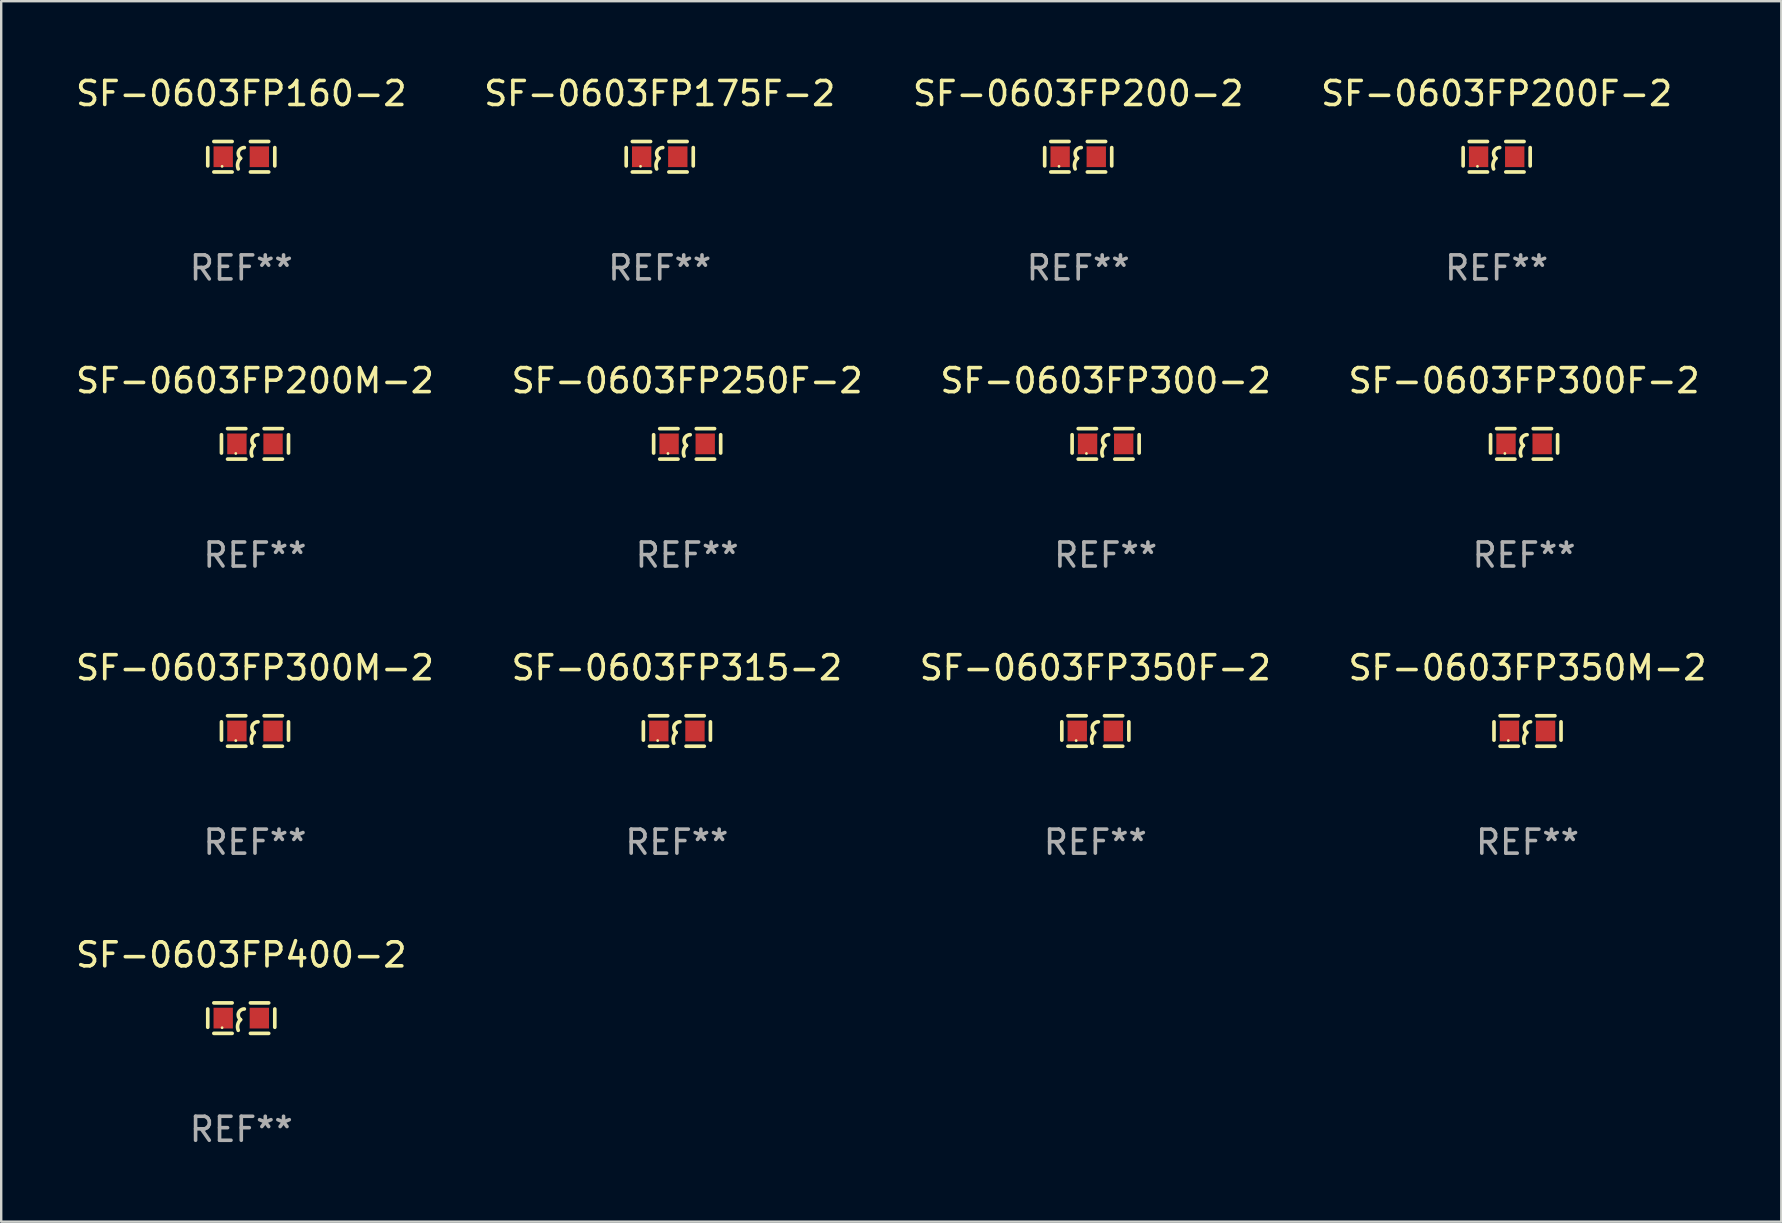
<source format=kicad_pcb>
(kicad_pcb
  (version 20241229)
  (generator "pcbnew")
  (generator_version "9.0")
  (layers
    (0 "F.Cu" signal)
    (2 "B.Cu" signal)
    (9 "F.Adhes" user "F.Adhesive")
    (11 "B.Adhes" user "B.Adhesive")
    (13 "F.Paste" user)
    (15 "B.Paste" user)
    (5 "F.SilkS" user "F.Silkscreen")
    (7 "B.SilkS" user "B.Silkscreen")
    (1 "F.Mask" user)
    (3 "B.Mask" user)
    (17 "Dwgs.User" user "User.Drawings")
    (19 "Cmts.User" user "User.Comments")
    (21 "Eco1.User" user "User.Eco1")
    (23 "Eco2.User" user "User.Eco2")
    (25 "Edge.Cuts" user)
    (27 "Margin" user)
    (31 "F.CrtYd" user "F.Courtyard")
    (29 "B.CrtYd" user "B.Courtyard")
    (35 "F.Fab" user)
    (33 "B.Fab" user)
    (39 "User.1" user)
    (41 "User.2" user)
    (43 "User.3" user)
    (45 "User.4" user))
  (footprint "SF-0603FP300F-2"
    (layer "F.Cu")
    (at 60.47 15.45)
    (property "Reference" "SF-0603FP300F-2" (at 0 -2.635 0) (layer "F.SilkS") (effects (font (size 1 1) (thickness 0.15))))
    (attr through_hole)
    (fp_line (start -1.397 -0.381) (end -1.397 0.381) (stroke (width 0.152) (type solid)) (layer "F.SilkS"))
    (fp_line (start -0.381 -0.635) (end -1.143 -0.635) (stroke (width 0.152) (type solid)) (layer "F.SilkS"))
    (fp_line (start -0.381 0.635) (end -1.143 0.635) (stroke (width 0.152) (type solid)) (layer "F.SilkS"))
    (fp_line (start 0.381 -0.635) (end 1.143 -0.635) (stroke (width 0.152) (type solid)) (layer "F.SilkS"))
    (fp_line (start 0.381 0.635) (end 1.143 0.635) (stroke (width 0.152) (type solid)) (layer "F.SilkS"))
    (fp_line (start 1.397 -0.381) (end 1.397 0.381) (stroke (width 0.152) (type solid)) (layer "F.SilkS"))
    (fp_arc (start -0.127 0.508001) (mid -0.146523 0.271131) (end -0.030861 0.0635) (stroke (width 0.151994) (type solid)) (layer "F.SilkS"))
    (fp_arc (start -0.03175 0.0635) (mid -0.113571 -0.216321) (end 0.127001 -0.381002) (stroke (width 0.151994) (type solid)) (layer "F.SilkS"))
    (fp_circle (center -0.8 0.4) (end -0.77 0.4) (stroke (width 0.06) (type solid)) (fill no) (layer "F.SilkS"))
    (fp_text user "REF**" (at 0 4.635 0) (layer "F.Fab") (effects (font (size 1 1) (thickness 0.15))))
    (pad "1" smd rect (at -0.753 0) (size 0.806 0.864) (layers "F.Cu" "F.Mask" "F.Paste"))
    (pad "2" smd rect (at 0.753 0) (size 0.806 0.864) (layers "F.Cu" "F.Mask" "F.Paste")))
  (footprint "SF-0603FP350M-2"
    (layer "F.Cu")
    (at 60.613 27.416)
    (property "Reference" "SF-0603FP350M-2" (at 0 -2.635 0) (layer "F.SilkS") (effects (font (size 1 1) (thickness 0.15))))
    (attr through_hole)
    (fp_line (start -1.397 -0.381) (end -1.397 0.381) (stroke (width 0.152) (type solid)) (layer "F.SilkS"))
    (fp_line (start -0.381 -0.635) (end -1.143 -0.635) (stroke (width 0.152) (type solid)) (layer "F.SilkS"))
    (fp_line (start -0.381 0.635) (end -1.143 0.635) (stroke (width 0.152) (type solid)) (layer "F.SilkS"))
    (fp_line (start 0.381 -0.635) (end 1.143 -0.635) (stroke (width 0.152) (type solid)) (layer "F.SilkS"))
    (fp_line (start 0.381 0.635) (end 1.143 0.635) (stroke (width 0.152) (type solid)) (layer "F.SilkS"))
    (fp_line (start 1.397 -0.381) (end 1.397 0.381) (stroke (width 0.152) (type solid)) (layer "F.SilkS"))
    (fp_arc (start -0.127 0.508001) (mid -0.146523 0.271131) (end -0.030861 0.0635) (stroke (width 0.151994) (type solid)) (layer "F.SilkS"))
    (fp_arc (start -0.03175 0.0635) (mid -0.113571 -0.216321) (end 0.127001 -0.381002) (stroke (width 0.151994) (type solid)) (layer "F.SilkS"))
    (fp_circle (center -0.8 0.4) (end -0.77 0.4) (stroke (width 0.06) (type solid)) (fill no) (layer "F.SilkS"))
    (fp_text user "REF**" (at 0 4.635 0) (layer "F.Fab") (effects (font (size 1 1) (thickness 0.15))))
    (pad "1" smd rect (at -0.753 0) (size 0.806 0.864) (layers "F.Cu" "F.Mask" "F.Paste"))
    (pad "2" smd rect (at 0.753 0) (size 0.806 0.864) (layers "F.Cu" "F.Mask" "F.Paste")))
  (footprint "SF-0603FP350F-2"
    (layer "F.Cu")
    (at 42.601 27.416)
    (property "Reference" "SF-0603FP350F-2" (at 0 -2.635 0) (layer "F.SilkS") (effects (font (size 1 1) (thickness 0.15))))
    (attr through_hole)
    (fp_line (start -1.397 -0.381) (end -1.397 0.381) (stroke (width 0.152) (type solid)) (layer "F.SilkS"))
    (fp_line (start -0.381 -0.635) (end -1.143 -0.635) (stroke (width 0.152) (type solid)) (layer "F.SilkS"))
    (fp_line (start -0.381 0.635) (end -1.143 0.635) (stroke (width 0.152) (type solid)) (layer "F.SilkS"))
    (fp_line (start 0.381 -0.635) (end 1.143 -0.635) (stroke (width 0.152) (type solid)) (layer "F.SilkS"))
    (fp_line (start 0.381 0.635) (end 1.143 0.635) (stroke (width 0.152) (type solid)) (layer "F.SilkS"))
    (fp_line (start 1.397 -0.381) (end 1.397 0.381) (stroke (width 0.152) (type solid)) (layer "F.SilkS"))
    (fp_arc (start -0.127 0.508001) (mid -0.146523 0.271131) (end -0.030861 0.0635) (stroke (width 0.151994) (type solid)) (layer "F.SilkS"))
    (fp_arc (start -0.03175 0.0635) (mid -0.113571 -0.216321) (end 0.127001 -0.381002) (stroke (width 0.151994) (type solid)) (layer "F.SilkS"))
    (fp_circle (center -0.8 0.4) (end -0.77 0.4) (stroke (width 0.06) (type solid)) (fill no) (layer "F.SilkS"))
    (fp_text user "REF**" (at 0 4.635 0) (layer "F.Fab") (effects (font (size 1 1) (thickness 0.15))))
    (pad "1" smd rect (at -0.753 0) (size 0.806 0.864) (layers "F.Cu" "F.Mask" "F.Paste"))
    (pad "2" smd rect (at 0.753 0) (size 0.806 0.864) (layers "F.Cu" "F.Mask" "F.Paste")))
  (footprint "SF-0603FP250F-2"
    (layer "F.Cu")
    (at 25.589 15.45)
    (property "Reference" "SF-0603FP250F-2" (at 0 -2.635 0) (layer "F.SilkS") (effects (font (size 1 1) (thickness 0.15))))
    (attr through_hole)
    (fp_line (start -1.397 -0.381) (end -1.397 0.381) (stroke (width 0.152) (type solid)) (layer "F.SilkS"))
    (fp_line (start -0.381 -0.635) (end -1.143 -0.635) (stroke (width 0.152) (type solid)) (layer "F.SilkS"))
    (fp_line (start -0.381 0.635) (end -1.143 0.635) (stroke (width 0.152) (type solid)) (layer "F.SilkS"))
    (fp_line (start 0.381 -0.635) (end 1.143 -0.635) (stroke (width 0.152) (type solid)) (layer "F.SilkS"))
    (fp_line (start 0.381 0.635) (end 1.143 0.635) (stroke (width 0.152) (type solid)) (layer "F.SilkS"))
    (fp_line (start 1.397 -0.381) (end 1.397 0.381) (stroke (width 0.152) (type solid)) (layer "F.SilkS"))
    (fp_arc (start -0.127 0.508001) (mid -0.146523 0.271131) (end -0.030861 0.0635) (stroke (width 0.151994) (type solid)) (layer "F.SilkS"))
    (fp_arc (start -0.03175 0.0635) (mid -0.113571 -0.216321) (end 0.127001 -0.381002) (stroke (width 0.151994) (type solid)) (layer "F.SilkS"))
    (fp_circle (center -0.8 0.4) (end -0.77 0.4) (stroke (width 0.06) (type solid)) (fill no) (layer "F.SilkS"))
    (fp_text user "REF**" (at 0 4.635 0) (layer "F.Fab") (effects (font (size 1 1) (thickness 0.15))))
    (pad "1" smd rect (at -0.753 0) (size 0.806 0.864) (layers "F.Cu" "F.Mask" "F.Paste"))
    (pad "2" smd rect (at 0.753 0) (size 0.806 0.864) (layers "F.Cu" "F.Mask" "F.Paste")))
  (footprint "SF-0603FP300-2"
    (layer "F.Cu")
    (at 43.03 15.45)
    (property "Reference" "SF-0603FP300-2" (at 0 -2.635 0) (layer "F.SilkS") (effects (font (size 1 1) (thickness 0.15))))
    (attr through_hole)
    (fp_line (start -1.397 -0.381) (end -1.397 0.381) (stroke (width 0.152) (type solid)) (layer "F.SilkS"))
    (fp_line (start -0.381 -0.635) (end -1.143 -0.635) (stroke (width 0.152) (type solid)) (layer "F.SilkS"))
    (fp_line (start -0.381 0.635) (end -1.143 0.635) (stroke (width 0.152) (type solid)) (layer "F.SilkS"))
    (fp_line (start 0.381 -0.635) (end 1.143 -0.635) (stroke (width 0.152) (type solid)) (layer "F.SilkS"))
    (fp_line (start 0.381 0.635) (end 1.143 0.635) (stroke (width 0.152) (type solid)) (layer "F.SilkS"))
    (fp_line (start 1.397 -0.381) (end 1.397 0.381) (stroke (width 0.152) (type solid)) (layer "F.SilkS"))
    (fp_arc (start -0.127 0.508001) (mid -0.146523 0.271131) (end -0.030861 0.0635) (stroke (width 0.151994) (type solid)) (layer "F.SilkS"))
    (fp_arc (start -0.03175 0.0635) (mid -0.113571 -0.216321) (end 0.127001 -0.381002) (stroke (width 0.151994) (type solid)) (layer "F.SilkS"))
    (fp_circle (center -0.8 0.4) (end -0.77 0.4) (stroke (width 0.06) (type solid)) (fill no) (layer "F.SilkS"))
    (fp_text user "REF**" (at 0 4.635 0) (layer "F.Fab") (effects (font (size 1 1) (thickness 0.15))))
    (pad "1" smd rect (at -0.753 0) (size 0.806 0.864) (layers "F.Cu" "F.Mask" "F.Paste"))
    (pad "2" smd rect (at 0.753 0) (size 0.806 0.864) (layers "F.Cu" "F.Mask" "F.Paste")))
  (footprint "SF-0603FP200M-2"
    (layer "F.Cu")
    (at 7.577 15.45)
    (property "Reference" "SF-0603FP200M-2" (at 0 -2.635 0) (layer "F.SilkS") (effects (font (size 1 1) (thickness 0.15))))
    (attr through_hole)
    (fp_line (start -1.397 -0.381) (end -1.397 0.381) (stroke (width 0.152) (type solid)) (layer "F.SilkS"))
    (fp_line (start -0.381 -0.635) (end -1.143 -0.635) (stroke (width 0.152) (type solid)) (layer "F.SilkS"))
    (fp_line (start -0.381 0.635) (end -1.143 0.635) (stroke (width 0.152) (type solid)) (layer "F.SilkS"))
    (fp_line (start 0.381 -0.635) (end 1.143 -0.635) (stroke (width 0.152) (type solid)) (layer "F.SilkS"))
    (fp_line (start 0.381 0.635) (end 1.143 0.635) (stroke (width 0.152) (type solid)) (layer "F.SilkS"))
    (fp_line (start 1.397 -0.381) (end 1.397 0.381) (stroke (width 0.152) (type solid)) (layer "F.SilkS"))
    (fp_arc (start -0.127 0.508001) (mid -0.146523 0.271131) (end -0.030861 0.0635) (stroke (width 0.151994) (type solid)) (layer "F.SilkS"))
    (fp_arc (start -0.03175 0.0635) (mid -0.113571 -0.216321) (end 0.127001 -0.381002) (stroke (width 0.151994) (type solid)) (layer "F.SilkS"))
    (fp_circle (center -0.8 0.4) (end -0.77 0.4) (stroke (width 0.06) (type solid)) (fill no) (layer "F.SilkS"))
    (fp_text user "REF**" (at 0 4.635 0) (layer "F.Fab") (effects (font (size 1 1) (thickness 0.15))))
    (pad "1" smd rect (at -0.753 0) (size 0.806 0.864) (layers "F.Cu" "F.Mask" "F.Paste"))
    (pad "2" smd rect (at 0.753 0) (size 0.806 0.864) (layers "F.Cu" "F.Mask" "F.Paste")))
  (footprint "SF-0603FP400-2"
    (layer "F.Cu")
    (at 7.006 39.383)
    (property "Reference" "SF-0603FP400-2" (at 0 -2.635 0) (layer "F.SilkS") (effects (font (size 1 1) (thickness 0.15))))
    (attr through_hole)
    (fp_line (start -1.397 -0.381) (end -1.397 0.381) (stroke (width 0.152) (type solid)) (layer "F.SilkS"))
    (fp_line (start -0.381 -0.635) (end -1.143 -0.635) (stroke (width 0.152) (type solid)) (layer "F.SilkS"))
    (fp_line (start -0.381 0.635) (end -1.143 0.635) (stroke (width 0.152) (type solid)) (layer "F.SilkS"))
    (fp_line (start 0.381 -0.635) (end 1.143 -0.635) (stroke (width 0.152) (type solid)) (layer "F.SilkS"))
    (fp_line (start 0.381 0.635) (end 1.143 0.635) (stroke (width 0.152) (type solid)) (layer "F.SilkS"))
    (fp_line (start 1.397 -0.381) (end 1.397 0.381) (stroke (width 0.152) (type solid)) (layer "F.SilkS"))
    (fp_arc (start -0.127 0.508001) (mid -0.146523 0.271131) (end -0.030861 0.0635) (stroke (width 0.151994) (type solid)) (layer "F.SilkS"))
    (fp_arc (start -0.03175 0.0635) (mid -0.113571 -0.216321) (end 0.127001 -0.381002) (stroke (width 0.151994) (type solid)) (layer "F.SilkS"))
    (fp_circle (center -0.8 0.4) (end -0.77 0.4) (stroke (width 0.06) (type solid)) (fill no) (layer "F.SilkS"))
    (fp_text user "REF**" (at 0 4.635 0) (layer "F.Fab") (effects (font (size 1 1) (thickness 0.15))))
    (pad "1" smd rect (at -0.753 0) (size 0.806 0.864) (layers "F.Cu" "F.Mask" "F.Paste"))
    (pad "2" smd rect (at 0.753 0) (size 0.806 0.864) (layers "F.Cu" "F.Mask" "F.Paste")))
  (footprint "SF-0603FP315-2"
    (layer "F.Cu")
    (at 25.161 27.416)
    (property "Reference" "SF-0603FP315-2" (at 0 -2.635 0) (layer "F.SilkS") (effects (font (size 1 1) (thickness 0.15))))
    (attr through_hole)
    (fp_line (start -1.397 -0.381) (end -1.397 0.381) (stroke (width 0.152) (type solid)) (layer "F.SilkS"))
    (fp_line (start -0.381 -0.635) (end -1.143 -0.635) (stroke (width 0.152) (type solid)) (layer "F.SilkS"))
    (fp_line (start -0.381 0.635) (end -1.143 0.635) (stroke (width 0.152) (type solid)) (layer "F.SilkS"))
    (fp_line (start 0.381 -0.635) (end 1.143 -0.635) (stroke (width 0.152) (type solid)) (layer "F.SilkS"))
    (fp_line (start 0.381 0.635) (end 1.143 0.635) (stroke (width 0.152) (type solid)) (layer "F.SilkS"))
    (fp_line (start 1.397 -0.381) (end 1.397 0.381) (stroke (width 0.152) (type solid)) (layer "F.SilkS"))
    (fp_arc (start -0.127 0.508001) (mid -0.146523 0.271131) (end -0.030861 0.0635) (stroke (width 0.151994) (type solid)) (layer "F.SilkS"))
    (fp_arc (start -0.03175 0.0635) (mid -0.113571 -0.216321) (end 0.127001 -0.381002) (stroke (width 0.151994) (type solid)) (layer "F.SilkS"))
    (fp_circle (center -0.8 0.4) (end -0.77 0.4) (stroke (width 0.06) (type solid)) (fill no) (layer "F.SilkS"))
    (fp_text user "REF**" (at 0 4.635 0) (layer "F.Fab") (effects (font (size 1 1) (thickness 0.15))))
    (pad "1" smd rect (at -0.753 0) (size 0.806 0.864) (layers "F.Cu" "F.Mask" "F.Paste"))
    (pad "2" smd rect (at 0.753 0) (size 0.806 0.864) (layers "F.Cu" "F.Mask" "F.Paste")))
  (footprint "SF-0603FP175F-2"
    (layer "F.Cu")
    (at 24.446 3.483)
    (property "Reference" "SF-0603FP175F-2" (at 0 -2.635 0) (layer "F.SilkS") (effects (font (size 1 1) (thickness 0.15))))
    (attr through_hole)
    (fp_line (start -1.397 -0.381) (end -1.397 0.381) (stroke (width 0.152) (type solid)) (layer "F.SilkS"))
    (fp_line (start -0.381 -0.635) (end -1.143 -0.635) (stroke (width 0.152) (type solid)) (layer "F.SilkS"))
    (fp_line (start -0.381 0.635) (end -1.143 0.635) (stroke (width 0.152) (type solid)) (layer "F.SilkS"))
    (fp_line (start 0.381 -0.635) (end 1.143 -0.635) (stroke (width 0.152) (type solid)) (layer "F.SilkS"))
    (fp_line (start 0.381 0.635) (end 1.143 0.635) (stroke (width 0.152) (type solid)) (layer "F.SilkS"))
    (fp_line (start 1.397 -0.381) (end 1.397 0.381) (stroke (width 0.152) (type solid)) (layer "F.SilkS"))
    (fp_arc (start -0.127 0.508001) (mid -0.146523 0.271131) (end -0.030861 0.0635) (stroke (width 0.151994) (type solid)) (layer "F.SilkS"))
    (fp_arc (start -0.03175 0.0635) (mid -0.113571 -0.216321) (end 0.127001 -0.381002) (stroke (width 0.151994) (type solid)) (layer "F.SilkS"))
    (fp_circle (center -0.8 0.4) (end -0.77 0.4) (stroke (width 0.06) (type solid)) (fill no) (layer "F.SilkS"))
    (fp_text user "REF**" (at 0 4.635 0) (layer "F.Fab") (effects (font (size 1 1) (thickness 0.15))))
    (pad "1" smd rect (at -0.753 0) (size 0.806 0.864) (layers "F.Cu" "F.Mask" "F.Paste"))
    (pad "2" smd rect (at 0.753 0) (size 0.806 0.864) (layers "F.Cu" "F.Mask" "F.Paste")))
  (footprint "SF-0603FP160-2"
    (layer "F.Cu")
    (at 7.006 3.483)
    (property "Reference" "SF-0603FP160-2" (at 0 -2.635 0) (layer "F.SilkS") (effects (font (size 1 1) (thickness 0.15))))
    (attr through_hole)
    (fp_line (start -1.397 -0.381) (end -1.397 0.381) (stroke (width 0.152) (type solid)) (layer "F.SilkS"))
    (fp_line (start -0.381 -0.635) (end -1.143 -0.635) (stroke (width 0.152) (type solid)) (layer "F.SilkS"))
    (fp_line (start -0.381 0.635) (end -1.143 0.635) (stroke (width 0.152) (type solid)) (layer "F.SilkS"))
    (fp_line (start 0.381 -0.635) (end 1.143 -0.635) (stroke (width 0.152) (type solid)) (layer "F.SilkS"))
    (fp_line (start 0.381 0.635) (end 1.143 0.635) (stroke (width 0.152) (type solid)) (layer "F.SilkS"))
    (fp_line (start 1.397 -0.381) (end 1.397 0.381) (stroke (width 0.152) (type solid)) (layer "F.SilkS"))
    (fp_arc (start -0.127 0.508001) (mid -0.146523 0.271131) (end -0.030861 0.0635) (stroke (width 0.151994) (type solid)) (layer "F.SilkS"))
    (fp_arc (start -0.03175 0.0635) (mid -0.113571 -0.216321) (end 0.127001 -0.381002) (stroke (width 0.151994) (type solid)) (layer "F.SilkS"))
    (fp_circle (center -0.8 0.4) (end -0.77 0.4) (stroke (width 0.06) (type solid)) (fill no) (layer "F.SilkS"))
    (fp_text user "REF**" (at 0 4.635 0) (layer "F.Fab") (effects (font (size 1 1) (thickness 0.15))))
    (pad "1" smd rect (at -0.753 0) (size 0.806 0.864) (layers "F.Cu" "F.Mask" "F.Paste"))
    (pad "2" smd rect (at 0.753 0) (size 0.806 0.864) (layers "F.Cu" "F.Mask" "F.Paste")))
  (footprint "SF-0603FP300M-2"
    (layer "F.Cu")
    (at 7.577 27.416)
    (property "Reference" "SF-0603FP300M-2" (at 0 -2.635 0) (layer "F.SilkS") (effects (font (size 1 1) (thickness 0.15))))
    (attr through_hole)
    (fp_line (start -1.397 -0.381) (end -1.397 0.381) (stroke (width 0.152) (type solid)) (layer "F.SilkS"))
    (fp_line (start -0.381 -0.635) (end -1.143 -0.635) (stroke (width 0.152) (type solid)) (layer "F.SilkS"))
    (fp_line (start -0.381 0.635) (end -1.143 0.635) (stroke (width 0.152) (type solid)) (layer "F.SilkS"))
    (fp_line (start 0.381 -0.635) (end 1.143 -0.635) (stroke (width 0.152) (type solid)) (layer "F.SilkS"))
    (fp_line (start 0.381 0.635) (end 1.143 0.635) (stroke (width 0.152) (type solid)) (layer "F.SilkS"))
    (fp_line (start 1.397 -0.381) (end 1.397 0.381) (stroke (width 0.152) (type solid)) (layer "F.SilkS"))
    (fp_arc (start -0.127 0.508001) (mid -0.146523 0.271131) (end -0.030861 0.0635) (stroke (width 0.151994) (type solid)) (layer "F.SilkS"))
    (fp_arc (start -0.03175 0.0635) (mid -0.113571 -0.216321) (end 0.127001 -0.381002) (stroke (width 0.151994) (type solid)) (layer "F.SilkS"))
    (fp_circle (center -0.8 0.4) (end -0.77 0.4) (stroke (width 0.06) (type solid)) (fill no) (layer "F.SilkS"))
    (fp_text user "REF**" (at 0 4.635 0) (layer "F.Fab") (effects (font (size 1 1) (thickness 0.15))))
    (pad "1" smd rect (at -0.753 0) (size 0.806 0.864) (layers "F.Cu" "F.Mask" "F.Paste"))
    (pad "2" smd rect (at 0.753 0) (size 0.806 0.864) (layers "F.Cu" "F.Mask" "F.Paste")))
  (footprint "SF-0603FP200-2"
    (layer "F.Cu")
    (at 41.887 3.483)
    (property "Reference" "SF-0603FP200-2" (at 0 -2.635 0) (layer "F.SilkS") (effects (font (size 1 1) (thickness 0.15))))
    (attr through_hole)
    (fp_line (start -1.397 -0.381) (end -1.397 0.381) (stroke (width 0.152) (type solid)) (layer "F.SilkS"))
    (fp_line (start -0.381 -0.635) (end -1.143 -0.635) (stroke (width 0.152) (type solid)) (layer "F.SilkS"))
    (fp_line (start -0.381 0.635) (end -1.143 0.635) (stroke (width 0.152) (type solid)) (layer "F.SilkS"))
    (fp_line (start 0.381 -0.635) (end 1.143 -0.635) (stroke (width 0.152) (type solid)) (layer "F.SilkS"))
    (fp_line (start 0.381 0.635) (end 1.143 0.635) (stroke (width 0.152) (type solid)) (layer "F.SilkS"))
    (fp_line (start 1.397 -0.381) (end 1.397 0.381) (stroke (width 0.152) (type solid)) (layer "F.SilkS"))
    (fp_arc (start -0.127 0.508001) (mid -0.146523 0.271131) (end -0.030861 0.0635) (stroke (width 0.151994) (type solid)) (layer "F.SilkS"))
    (fp_arc (start -0.03175 0.0635) (mid -0.113571 -0.216321) (end 0.127001 -0.381002) (stroke (width 0.151994) (type solid)) (layer "F.SilkS"))
    (fp_circle (center -0.8 0.4) (end -0.77 0.4) (stroke (width 0.06) (type solid)) (fill no) (layer "F.SilkS"))
    (fp_text user "REF**" (at 0 4.635 0) (layer "F.Fab") (effects (font (size 1 1) (thickness 0.15))))
    (pad "1" smd rect (at -0.753 0) (size 0.806 0.864) (layers "F.Cu" "F.Mask" "F.Paste"))
    (pad "2" smd rect (at 0.753 0) (size 0.806 0.864) (layers "F.Cu" "F.Mask" "F.Paste")))
  (footprint "SF-0603FP200F-2"
    (layer "F.Cu")
    (at 59.327 3.483)
    (property "Reference" "SF-0603FP200F-2" (at 0 -2.635 0) (layer "F.SilkS") (effects (font (size 1 1) (thickness 0.15))))
    (attr through_hole)
    (fp_line (start -1.397 -0.381) (end -1.397 0.381) (stroke (width 0.152) (type solid)) (layer "F.SilkS"))
    (fp_line (start -0.381 -0.635) (end -1.143 -0.635) (stroke (width 0.152) (type solid)) (layer "F.SilkS"))
    (fp_line (start -0.381 0.635) (end -1.143 0.635) (stroke (width 0.152) (type solid)) (layer "F.SilkS"))
    (fp_line (start 0.381 -0.635) (end 1.143 -0.635) (stroke (width 0.152) (type solid)) (layer "F.SilkS"))
    (fp_line (start 0.381 0.635) (end 1.143 0.635) (stroke (width 0.152) (type solid)) (layer "F.SilkS"))
    (fp_line (start 1.397 -0.381) (end 1.397 0.381) (stroke (width 0.152) (type solid)) (layer "F.SilkS"))
    (fp_arc (start -0.127 0.508001) (mid -0.146523 0.271131) (end -0.030861 0.0635) (stroke (width 0.151994) (type solid)) (layer "F.SilkS"))
    (fp_arc (start -0.03175 0.0635) (mid -0.113571 -0.216321) (end 0.127001 -0.381002) (stroke (width 0.151994) (type solid)) (layer "F.SilkS"))
    (fp_circle (center -0.8 0.4) (end -0.77 0.4) (stroke (width 0.06) (type solid)) (fill no) (layer "F.SilkS"))
    (fp_text user "REF**" (at 0 4.635 0) (layer "F.Fab") (effects (font (size 1 1) (thickness 0.15))))
    (pad "1" smd rect (at -0.753 0) (size 0.806 0.864) (layers "F.Cu" "F.Mask" "F.Paste"))
    (pad "2" smd rect (at 0.753 0) (size 0.806 0.864) (layers "F.Cu" "F.Mask" "F.Paste")))
  (gr_rect
    (start -3 -3)
    (end 71.19 47.866)
    (stroke (width 0.1) (type default))
    (fill no)
    (layer "Edge.Cuts")))
</source>
